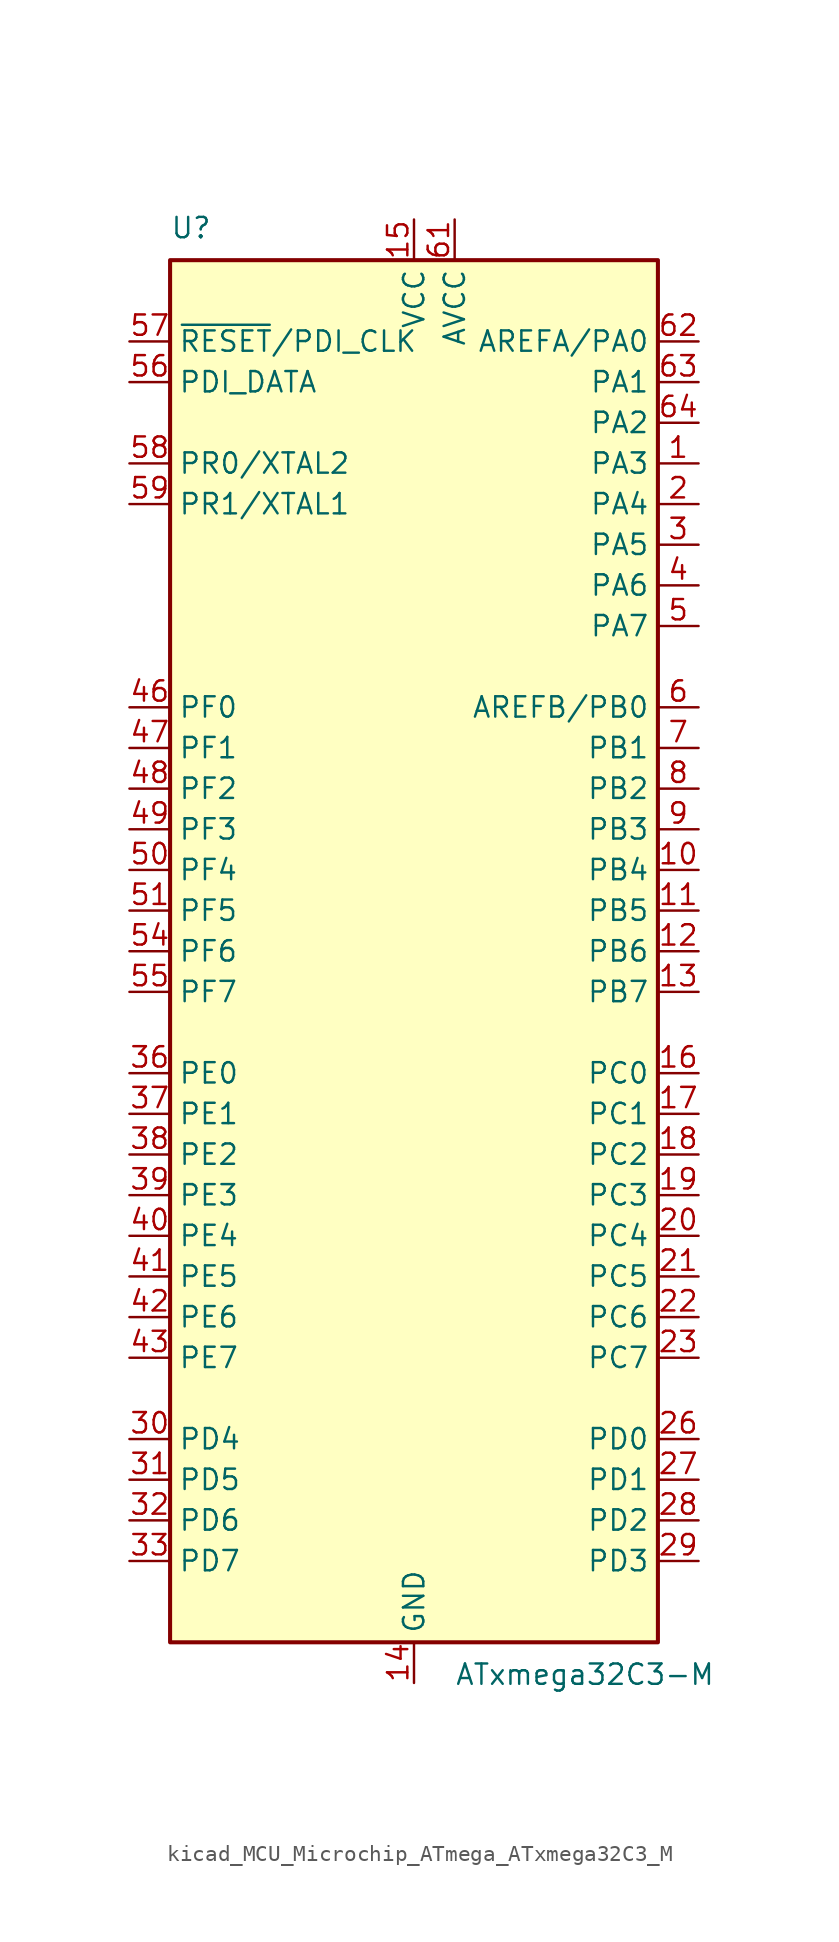
<source format=kicad_sym>
(kicad_symbol_lib
  (version 20220914)
  (generator kicad_symbol_editor)
  (symbol "kicad_MCU_Microchip_ATmega_ATxmega32C3_M"
    (property "Reference" "U"
      (at -15.24 44.45 0)
      (effects (font (size 1.27 1.27)) (justify left bottom)))
    (property "Value" "ATxmega32C3-M"
      (at 2.54 -44.45 0)
      (effects (font (size 1.27 1.27)) (justify left top)))
    (symbol "kicad_MCU_Microchip_ATmega_ATxmega32C3_M_0_1"
      (rectangle (start -15.24 -43.18) (end 15.24 43.18) (stroke (width 0.254) (type default)) (fill (type background))))
    (symbol "kicad_MCU_Microchip_ATmega_ATxmega32C3_M_1_1"
      (pin bidirectional line (at 17.78 30.48 180) (length 2.54) (name "PA3" (effects (font (size 1.27 1.27)))) (number "1" (effects (font (size 1.27 1.27)))))
      (pin bidirectional line (at 17.78 5.08 180) (length 2.54) (name "PB4" (effects (font (size 1.27 1.27)))) (number "10" (effects (font (size 1.27 1.27)))))
      (pin bidirectional line (at 17.78 2.54 180) (length 2.54) (name "PB5" (effects (font (size 1.27 1.27)))) (number "11" (effects (font (size 1.27 1.27)))))
      (pin bidirectional line (at 17.78 0 180) (length 2.54) (name "PB6" (effects (font (size 1.27 1.27)))) (number "12" (effects (font (size 1.27 1.27)))))
      (pin bidirectional line (at 17.78 -2.54 180) (length 2.54) (name "PB7" (effects (font (size 1.27 1.27)))) (number "13" (effects (font (size 1.27 1.27)))))
      (pin power_in line (at 0 -45.72 90) (length 2.54) (name "GND" (effects (font (size 1.27 1.27)))) (number "14" (effects (font (size 1.27 1.27)))))
      (pin power_in line (at 0 45.72 270) (length 2.54) (name "VCC" (effects (font (size 1.27 1.27)))) (number "15" (effects (font (size 1.27 1.27)))))
      (pin bidirectional line (at 17.78 -7.62 180) (length 2.54) (name "PC0" (effects (font (size 1.27 1.27)))) (number "16" (effects (font (size 1.27 1.27)))))
      (pin bidirectional line (at 17.78 -10.16 180) (length 2.54) (name "PC1" (effects (font (size 1.27 1.27)))) (number "17" (effects (font (size 1.27 1.27)))))
      (pin bidirectional line (at 17.78 -12.7 180) (length 2.54) (name "PC2" (effects (font (size 1.27 1.27)))) (number "18" (effects (font (size 1.27 1.27)))))
      (pin bidirectional line (at 17.78 -15.24 180) (length 2.54) (name "PC3" (effects (font (size 1.27 1.27)))) (number "19" (effects (font (size 1.27 1.27)))))
      (pin bidirectional line (at 17.78 27.94 180) (length 2.54) (name "PA4" (effects (font (size 1.27 1.27)))) (number "2" (effects (font (size 1.27 1.27)))))
      (pin bidirectional line (at 17.78 -17.78 180) (length 2.54) (name "PC4" (effects (font (size 1.27 1.27)))) (number "20" (effects (font (size 1.27 1.27)))))
      (pin bidirectional line (at 17.78 -20.32 180) (length 2.54) (name "PC5" (effects (font (size 1.27 1.27)))) (number "21" (effects (font (size 1.27 1.27)))))
      (pin bidirectional line (at 17.78 -22.86 180) (length 2.54) (name "PC6" (effects (font (size 1.27 1.27)))) (number "22" (effects (font (size 1.27 1.27)))))
      (pin bidirectional line (at 17.78 -25.4 180) (length 2.54) (name "PC7" (effects (font (size 1.27 1.27)))) (number "23" (effects (font (size 1.27 1.27)))))
      (pin passive line (at 0 -45.72 90) (length 2.54) hide (name "GND" (effects (font (size 1.27 1.27)))) (number "24" (effects (font (size 1.27 1.27)))))
      (pin passive line (at 0 45.72 270) (length 2.54) hide (name "VCC" (effects (font (size 1.27 1.27)))) (number "25" (effects (font (size 1.27 1.27)))))
      (pin bidirectional line (at 17.78 -30.48 180) (length 2.54) (name "PD0" (effects (font (size 1.27 1.27)))) (number "26" (effects (font (size 1.27 1.27)))))
      (pin bidirectional line (at 17.78 -33.02 180) (length 2.54) (name "PD1" (effects (font (size 1.27 1.27)))) (number "27" (effects (font (size 1.27 1.27)))))
      (pin bidirectional line (at 17.78 -35.56 180) (length 2.54) (name "PD2" (effects (font (size 1.27 1.27)))) (number "28" (effects (font (size 1.27 1.27)))))
      (pin bidirectional line (at 17.78 -38.1 180) (length 2.54) (name "PD3" (effects (font (size 1.27 1.27)))) (number "29" (effects (font (size 1.27 1.27)))))
      (pin bidirectional line (at 17.78 25.4 180) (length 2.54) (name "PA5" (effects (font (size 1.27 1.27)))) (number "3" (effects (font (size 1.27 1.27)))))
      (pin bidirectional line (at -17.78 -30.48 0) (length 2.54) (name "PD4" (effects (font (size 1.27 1.27)))) (number "30" (effects (font (size 1.27 1.27)))))
      (pin bidirectional line (at -17.78 -33.02 0) (length 2.54) (name "PD5" (effects (font (size 1.27 1.27)))) (number "31" (effects (font (size 1.27 1.27)))))
      (pin bidirectional line (at -17.78 -35.56 0) (length 2.54) (name "PD6" (effects (font (size 1.27 1.27)))) (number "32" (effects (font (size 1.27 1.27)))))
      (pin bidirectional line (at -17.78 -38.1 0) (length 2.54) (name "PD7" (effects (font (size 1.27 1.27)))) (number "33" (effects (font (size 1.27 1.27)))))
      (pin passive line (at 0 -45.72 90) (length 2.54) hide (name "GND" (effects (font (size 1.27 1.27)))) (number "34" (effects (font (size 1.27 1.27)))))
      (pin passive line (at 0 45.72 270) (length 2.54) hide (name "VCC" (effects (font (size 1.27 1.27)))) (number "35" (effects (font (size 1.27 1.27)))))
      (pin bidirectional line (at -17.78 -7.62 0) (length 2.54) (name "PE0" (effects (font (size 1.27 1.27)))) (number "36" (effects (font (size 1.27 1.27)))))
      (pin bidirectional line (at -17.78 -10.16 0) (length 2.54) (name "PE1" (effects (font (size 1.27 1.27)))) (number "37" (effects (font (size 1.27 1.27)))))
      (pin bidirectional line (at -17.78 -12.7 0) (length 2.54) (name "PE2" (effects (font (size 1.27 1.27)))) (number "38" (effects (font (size 1.27 1.27)))))
      (pin bidirectional line (at -17.78 -15.24 0) (length 2.54) (name "PE3" (effects (font (size 1.27 1.27)))) (number "39" (effects (font (size 1.27 1.27)))))
      (pin bidirectional line (at 17.78 22.86 180) (length 2.54) (name "PA6" (effects (font (size 1.27 1.27)))) (number "4" (effects (font (size 1.27 1.27)))))
      (pin bidirectional line (at -17.78 -17.78 0) (length 2.54) (name "PE4" (effects (font (size 1.27 1.27)))) (number "40" (effects (font (size 1.27 1.27)))))
      (pin bidirectional line (at -17.78 -20.32 0) (length 2.54) (name "PE5" (effects (font (size 1.27 1.27)))) (number "41" (effects (font (size 1.27 1.27)))))
      (pin bidirectional line (at -17.78 -22.86 0) (length 2.54) (name "PE6" (effects (font (size 1.27 1.27)))) (number "42" (effects (font (size 1.27 1.27)))))
      (pin bidirectional line (at -17.78 -25.4 0) (length 2.54) (name "PE7" (effects (font (size 1.27 1.27)))) (number "43" (effects (font (size 1.27 1.27)))))
      (pin passive line (at 0 -45.72 90) (length 2.54) hide (name "GND" (effects (font (size 1.27 1.27)))) (number "44" (effects (font (size 1.27 1.27)))))
      (pin passive line (at 0 45.72 270) (length 2.54) hide (name "VCC" (effects (font (size 1.27 1.27)))) (number "45" (effects (font (size 1.27 1.27)))))
      (pin bidirectional line (at -17.78 15.24 0) (length 2.54) (name "PF0" (effects (font (size 1.27 1.27)))) (number "46" (effects (font (size 1.27 1.27)))))
      (pin bidirectional line (at -17.78 12.7 0) (length 2.54) (name "PF1" (effects (font (size 1.27 1.27)))) (number "47" (effects (font (size 1.27 1.27)))))
      (pin bidirectional line (at -17.78 10.16 0) (length 2.54) (name "PF2" (effects (font (size 1.27 1.27)))) (number "48" (effects (font (size 1.27 1.27)))))
      (pin bidirectional line (at -17.78 7.62 0) (length 2.54) (name "PF3" (effects (font (size 1.27 1.27)))) (number "49" (effects (font (size 1.27 1.27)))))
      (pin bidirectional line (at 17.78 20.32 180) (length 2.54) (name "PA7" (effects (font (size 1.27 1.27)))) (number "5" (effects (font (size 1.27 1.27)))))
      (pin bidirectional line (at -17.78 5.08 0) (length 2.54) (name "PF4" (effects (font (size 1.27 1.27)))) (number "50" (effects (font (size 1.27 1.27)))))
      (pin bidirectional line (at -17.78 2.54 0) (length 2.54) (name "PF5" (effects (font (size 1.27 1.27)))) (number "51" (effects (font (size 1.27 1.27)))))
      (pin passive line (at 0 -45.72 90) (length 2.54) hide (name "GND" (effects (font (size 1.27 1.27)))) (number "52" (effects (font (size 1.27 1.27)))))
      (pin passive line (at 0 45.72 270) (length 2.54) hide (name "VCC" (effects (font (size 1.27 1.27)))) (number "53" (effects (font (size 1.27 1.27)))))
      (pin bidirectional line (at -17.78 0 0) (length 2.54) (name "PF6" (effects (font (size 1.27 1.27)))) (number "54" (effects (font (size 1.27 1.27)))))
      (pin bidirectional line (at -17.78 -2.54 0) (length 2.54) (name "PF7" (effects (font (size 1.27 1.27)))) (number "55" (effects (font (size 1.27 1.27)))))
      (pin bidirectional line (at -17.78 35.56 0) (length 2.54) (name "PDI_DATA" (effects (font (size 1.27 1.27)))) (number "56" (effects (font (size 1.27 1.27)))))
      (pin input line (at -17.78 38.1 0) (length 2.54) (name "~{RESET}/PDI_CLK" (effects (font (size 1.27 1.27)))) (number "57" (effects (font (size 1.27 1.27)))))
      (pin bidirectional line (at -17.78 30.48 0) (length 2.54) (name "PR0/XTAL2" (effects (font (size 1.27 1.27)))) (number "58" (effects (font (size 1.27 1.27)))))
      (pin bidirectional line (at -17.78 27.94 0) (length 2.54) (name "PR1/XTAL1" (effects (font (size 1.27 1.27)))) (number "59" (effects (font (size 1.27 1.27)))))
      (pin bidirectional line (at 17.78 15.24 180) (length 2.54) (name "AREFB/PB0" (effects (font (size 1.27 1.27)))) (number "6" (effects (font (size 1.27 1.27)))))
      (pin passive line (at 0 -45.72 90) (length 2.54) hide (name "GND" (effects (font (size 1.27 1.27)))) (number "60" (effects (font (size 1.27 1.27)))))
      (pin power_in line (at 2.54 45.72 270) (length 2.54) (name "AVCC" (effects (font (size 1.27 1.27)))) (number "61" (effects (font (size 1.27 1.27)))))
      (pin bidirectional line (at 17.78 38.1 180) (length 2.54) (name "AREFA/PA0" (effects (font (size 1.27 1.27)))) (number "62" (effects (font (size 1.27 1.27)))))
      (pin bidirectional line (at 17.78 35.56 180) (length 2.54) (name "PA1" (effects (font (size 1.27 1.27)))) (number "63" (effects (font (size 1.27 1.27)))))
      (pin bidirectional line (at 17.78 33.02 180) (length 2.54) (name "PA2" (effects (font (size 1.27 1.27)))) (number "64" (effects (font (size 1.27 1.27)))))
      (pin passive line (at 0 -45.72 90) (length 2.54) hide (name "GND" (effects (font (size 1.27 1.27)))) (number "65" (effects (font (size 1.27 1.27)))))
      (pin bidirectional line (at 17.78 12.7 180) (length 2.54) (name "PB1" (effects (font (size 1.27 1.27)))) (number "7" (effects (font (size 1.27 1.27)))))
      (pin bidirectional line (at 17.78 10.16 180) (length 2.54) (name "PB2" (effects (font (size 1.27 1.27)))) (number "8" (effects (font (size 1.27 1.27)))))
      (pin bidirectional line (at 17.78 7.62 180) (length 2.54) (name "PB3" (effects (font (size 1.27 1.27)))) (number "9" (effects (font (size 1.27 1.27))))))))
</source>
